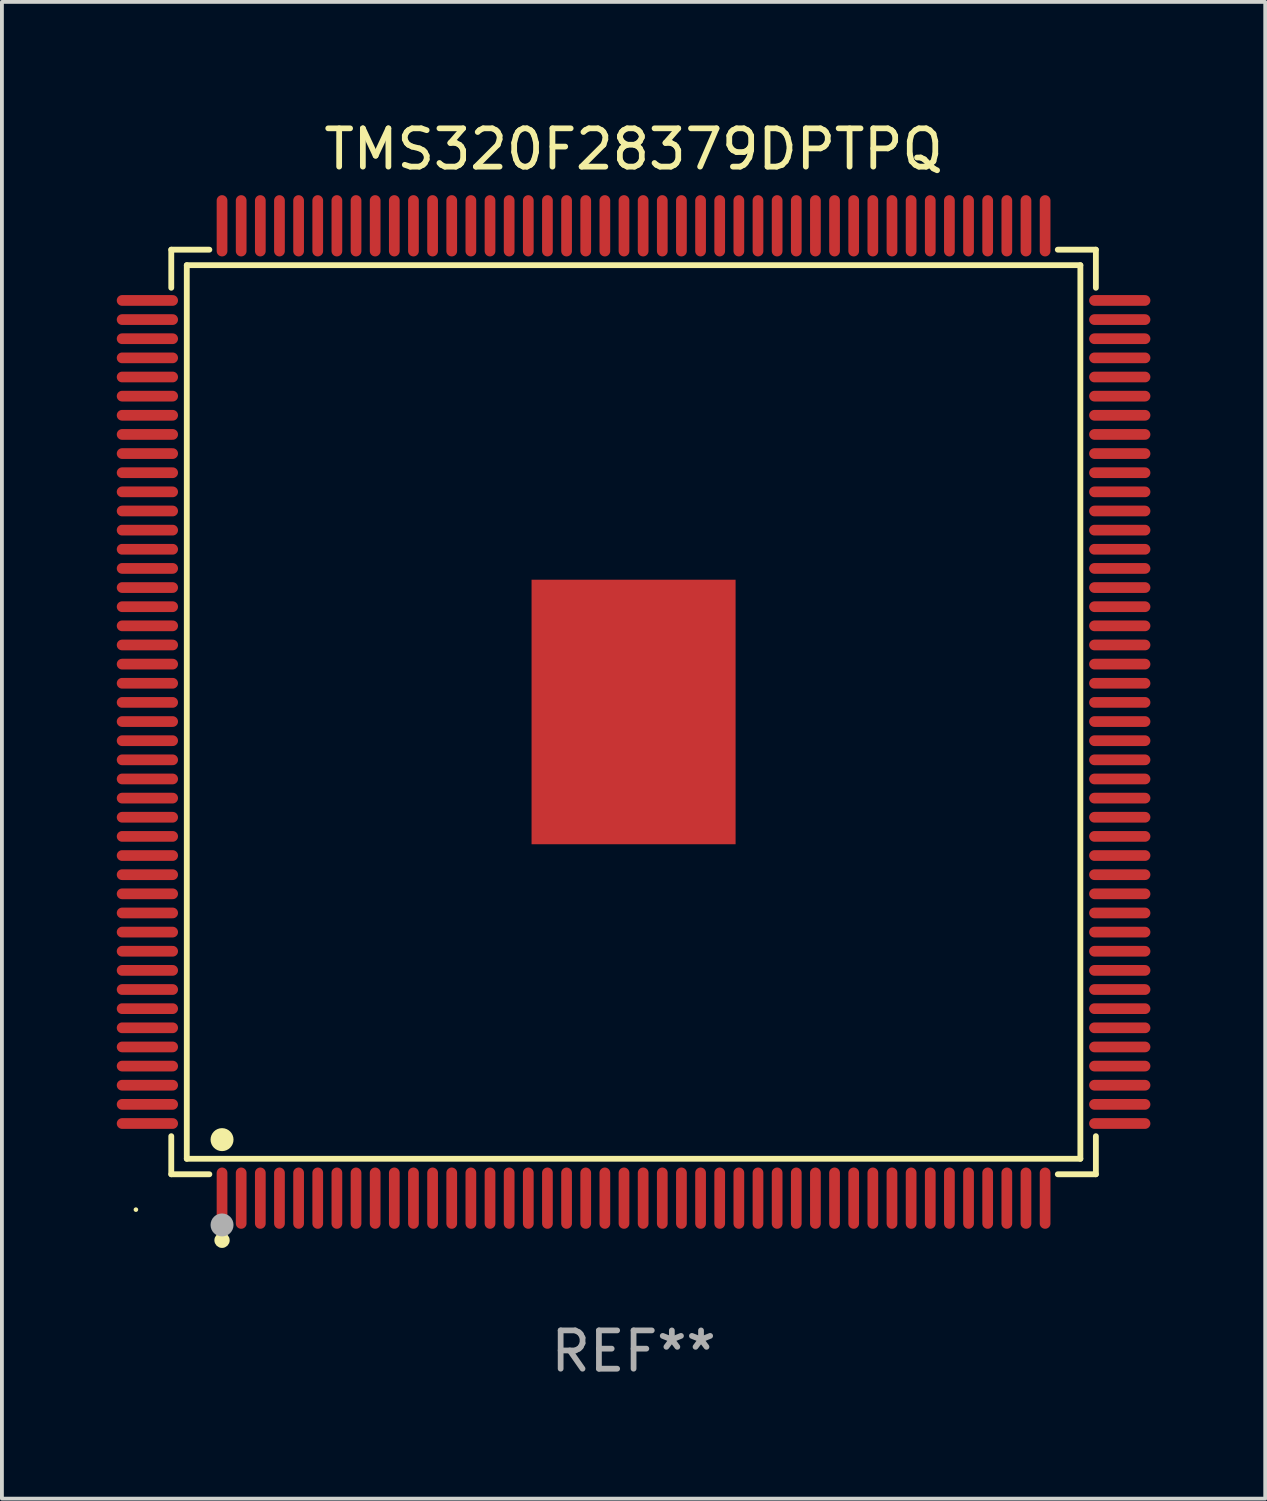
<source format=kicad_pcb>
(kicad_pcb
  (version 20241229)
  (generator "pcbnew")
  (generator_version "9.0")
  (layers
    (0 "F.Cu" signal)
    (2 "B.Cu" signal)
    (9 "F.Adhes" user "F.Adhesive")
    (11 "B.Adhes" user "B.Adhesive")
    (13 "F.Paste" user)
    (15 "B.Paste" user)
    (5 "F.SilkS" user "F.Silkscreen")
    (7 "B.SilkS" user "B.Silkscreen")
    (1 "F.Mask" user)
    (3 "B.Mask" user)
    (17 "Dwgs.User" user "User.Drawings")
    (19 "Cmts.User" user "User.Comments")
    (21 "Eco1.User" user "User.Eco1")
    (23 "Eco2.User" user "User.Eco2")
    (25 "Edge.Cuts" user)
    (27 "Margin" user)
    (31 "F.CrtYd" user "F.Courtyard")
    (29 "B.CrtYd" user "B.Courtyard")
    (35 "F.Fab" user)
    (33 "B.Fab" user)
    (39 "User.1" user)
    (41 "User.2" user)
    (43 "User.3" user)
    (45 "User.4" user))
  (footprint "TMS320F28379DPTPQ"
    (layer "F.Cu")
    (at 13.5 15.548)
    (property "Reference" "TMS320F28379DPTPQ" (at 0 -14.7 0) (layer "F.SilkS") (effects (font (size 1 1) (thickness 0.15))))
    (attr through_hole)
    (fp_line (start -12.076 -12.076) (end -11.081 -12.076) (stroke (width 0.152) (type solid)) (layer "F.SilkS"))
    (fp_line (start -12.076 -11.081) (end -12.076 -12.076) (stroke (width 0.152) (type solid)) (layer "F.SilkS"))
    (fp_line (start -12.076 11.081) (end -12.076 12.076) (stroke (width 0.152) (type solid)) (layer "F.SilkS"))
    (fp_line (start -12.076 12.076) (end -11.081 12.076) (stroke (width 0.152) (type solid)) (layer "F.SilkS"))
    (fp_line (start -11.671 -11.671) (end 11.671 -11.671) (stroke (width 0.152) (type solid)) (layer "F.SilkS"))
    (fp_line (start -11.671 11.671) (end -11.671 -11.671) (stroke (width 0.152) (type solid)) (layer "F.SilkS"))
    (fp_line (start 11.671 -11.671) (end 11.671 11.671) (stroke (width 0.152) (type solid)) (layer "F.SilkS"))
    (fp_line (start 11.671 11.671) (end -11.671 11.671) (stroke (width 0.152) (type solid)) (layer "F.SilkS"))
    (fp_line (start 12.076 -12.076) (end 11.081 -12.076) (stroke (width 0.152) (type solid)) (layer "F.SilkS"))
    (fp_line (start 12.076 -11.081) (end 12.076 -12.076) (stroke (width 0.152) (type solid)) (layer "F.SilkS"))
    (fp_line (start 12.076 11.081) (end 12.076 12.076) (stroke (width 0.152) (type solid)) (layer "F.SilkS"))
    (fp_line (start 12.076 12.076) (end 11.081 12.076) (stroke (width 0.152) (type solid)) (layer "F.SilkS"))
    (fp_circle (center -13 13) (end -12.97 13) (stroke (width 0.06) (type solid)) (fill no) (layer "F.SilkS"))
    (fp_circle (center -10.75 11.171) (end -10.6 11.171) (stroke (width 0.3) (type solid)) (fill no) (layer "F.SilkS"))
    (fp_circle (center -10.75 13.8) (end -10.65 13.8) (stroke (width 0.2) (type solid)) (fill no) (layer "F.SilkS"))
    (fp_circle (center -10.75 13.4) (end -10.6 13.4) (stroke (width 0.3) (type solid)) (fill no) (layer "F.Fab"))
    (fp_text user "REF**" (at 0 16.7 0) (layer "F.Fab") (effects (font (size 1 1) (thickness 0.15))))
    (pad "1" smd oval (at -10.75 12.7) (size 0.28 1.6) (layers "F.Cu" "F.Mask" "F.Paste"))
    (pad "2" smd oval (at -10.25 12.7) (size 0.28 1.6) (layers "F.Cu" "F.Mask" "F.Paste"))
    (pad "3" smd oval (at -9.75 12.7) (size 0.28 1.6) (layers "F.Cu" "F.Mask" "F.Paste"))
    (pad "4" smd oval (at -9.25 12.7) (size 0.28 1.6) (layers "F.Cu" "F.Mask" "F.Paste"))
    (pad "5" smd oval (at -8.75 12.7) (size 0.28 1.6) (layers "F.Cu" "F.Mask" "F.Paste"))
    (pad "6" smd oval (at -8.25 12.7) (size 0.28 1.6) (layers "F.Cu" "F.Mask" "F.Paste"))
    (pad "7" smd oval (at -7.75 12.7) (size 0.28 1.6) (layers "F.Cu" "F.Mask" "F.Paste"))
    (pad "8" smd oval (at -7.25 12.7) (size 0.28 1.6) (layers "F.Cu" "F.Mask" "F.Paste"))
    (pad "9" smd oval (at -6.75 12.7) (size 0.28 1.6) (layers "F.Cu" "F.Mask" "F.Paste"))
    (pad "10" smd oval (at -6.25 12.7) (size 0.28 1.6) (layers "F.Cu" "F.Mask" "F.Paste"))
    (pad "11" smd oval (at -5.75 12.7) (size 0.28 1.6) (layers "F.Cu" "F.Mask" "F.Paste"))
    (pad "12" smd oval (at -5.25 12.7) (size 0.28 1.6) (layers "F.Cu" "F.Mask" "F.Paste"))
    (pad "13" smd oval (at -4.75 12.7) (size 0.28 1.6) (layers "F.Cu" "F.Mask" "F.Paste"))
    (pad "14" smd oval (at -4.25 12.7) (size 0.28 1.6) (layers "F.Cu" "F.Mask" "F.Paste"))
    (pad "15" smd oval (at -3.75 12.7) (size 0.28 1.6) (layers "F.Cu" "F.Mask" "F.Paste"))
    (pad "16" smd oval (at -3.25 12.7) (size 0.28 1.6) (layers "F.Cu" "F.Mask" "F.Paste"))
    (pad "17" smd oval (at -2.75 12.7) (size 0.28 1.6) (layers "F.Cu" "F.Mask" "F.Paste"))
    (pad "18" smd oval (at -2.25 12.7) (size 0.28 1.6) (layers "F.Cu" "F.Mask" "F.Paste"))
    (pad "19" smd oval (at -1.75 12.7) (size 0.28 1.6) (layers "F.Cu" "F.Mask" "F.Paste"))
    (pad "20" smd oval (at -1.25 12.7) (size 0.28 1.6) (layers "F.Cu" "F.Mask" "F.Paste"))
    (pad "21" smd oval (at -0.75 12.7) (size 0.28 1.6) (layers "F.Cu" "F.Mask" "F.Paste"))
    (pad "22" smd oval (at -0.25 12.7) (size 0.28 1.6) (layers "F.Cu" "F.Mask" "F.Paste"))
    (pad "23" smd oval (at 0.25 12.7) (size 0.28 1.6) (layers "F.Cu" "F.Mask" "F.Paste"))
    (pad "24" smd oval (at 0.75 12.7) (size 0.28 1.6) (layers "F.Cu" "F.Mask" "F.Paste"))
    (pad "25" smd oval (at 1.25 12.7) (size 0.28 1.6) (layers "F.Cu" "F.Mask" "F.Paste"))
    (pad "26" smd oval (at 1.75 12.7) (size 0.28 1.6) (layers "F.Cu" "F.Mask" "F.Paste"))
    (pad "27" smd oval (at 2.25 12.7) (size 0.28 1.6) (layers "F.Cu" "F.Mask" "F.Paste"))
    (pad "28" smd oval (at 2.75 12.7) (size 0.28 1.6) (layers "F.Cu" "F.Mask" "F.Paste"))
    (pad "29" smd oval (at 3.25 12.7) (size 0.28 1.6) (layers "F.Cu" "F.Mask" "F.Paste"))
    (pad "30" smd oval (at 3.75 12.7) (size 0.28 1.6) (layers "F.Cu" "F.Mask" "F.Paste"))
    (pad "31" smd oval (at 4.25 12.7) (size 0.28 1.6) (layers "F.Cu" "F.Mask" "F.Paste"))
    (pad "32" smd oval (at 4.75 12.7) (size 0.28 1.6) (layers "F.Cu" "F.Mask" "F.Paste"))
    (pad "33" smd oval (at 5.25 12.7) (size 0.28 1.6) (layers "F.Cu" "F.Mask" "F.Paste"))
    (pad "34" smd oval (at 5.75 12.7) (size 0.28 1.6) (layers "F.Cu" "F.Mask" "F.Paste"))
    (pad "35" smd oval (at 6.25 12.7) (size 0.28 1.6) (layers "F.Cu" "F.Mask" "F.Paste"))
    (pad "36" smd oval (at 6.75 12.7) (size 0.28 1.6) (layers "F.Cu" "F.Mask" "F.Paste"))
    (pad "37" smd oval (at 7.25 12.7) (size 0.28 1.6) (layers "F.Cu" "F.Mask" "F.Paste"))
    (pad "38" smd oval (at 7.75 12.7) (size 0.28 1.6) (layers "F.Cu" "F.Mask" "F.Paste"))
    (pad "39" smd oval (at 8.25 12.7) (size 0.28 1.6) (layers "F.Cu" "F.Mask" "F.Paste"))
    (pad "40" smd oval (at 8.75 12.7) (size 0.28 1.6) (layers "F.Cu" "F.Mask" "F.Paste"))
    (pad "41" smd oval (at 9.25 12.7) (size 0.28 1.6) (layers "F.Cu" "F.Mask" "F.Paste"))
    (pad "42" smd oval (at 9.75 12.7) (size 0.28 1.6) (layers "F.Cu" "F.Mask" "F.Paste"))
    (pad "43" smd oval (at 10.25 12.7) (size 0.28 1.6) (layers "F.Cu" "F.Mask" "F.Paste"))
    (pad "44" smd oval (at 10.75 12.7) (size 0.28 1.6) (layers "F.Cu" "F.Mask" "F.Paste"))
    (pad "45" smd oval (at 12.7 10.75) (size 1.6 0.28) (layers "F.Cu" "F.Mask" "F.Paste"))
    (pad "46" smd oval (at 12.7 10.25) (size 1.6 0.28) (layers "F.Cu" "F.Mask" "F.Paste"))
    (pad "47" smd oval (at 12.7 9.75) (size 1.6 0.28) (layers "F.Cu" "F.Mask" "F.Paste"))
    (pad "48" smd oval (at 12.7 9.25) (size 1.6 0.28) (layers "F.Cu" "F.Mask" "F.Paste"))
    (pad "49" smd oval (at 12.7 8.75) (size 1.6 0.28) (layers "F.Cu" "F.Mask" "F.Paste"))
    (pad "50" smd oval (at 12.7 8.25) (size 1.6 0.28) (layers "F.Cu" "F.Mask" "F.Paste"))
    (pad "51" smd oval (at 12.7 7.75) (size 1.6 0.28) (layers "F.Cu" "F.Mask" "F.Paste"))
    (pad "52" smd oval (at 12.7 7.25) (size 1.6 0.28) (layers "F.Cu" "F.Mask" "F.Paste"))
    (pad "53" smd oval (at 12.7 6.75) (size 1.6 0.28) (layers "F.Cu" "F.Mask" "F.Paste"))
    (pad "54" smd oval (at 12.7 6.25) (size 1.6 0.28) (layers "F.Cu" "F.Mask" "F.Paste"))
    (pad "55" smd oval (at 12.7 5.75) (size 1.6 0.28) (layers "F.Cu" "F.Mask" "F.Paste"))
    (pad "56" smd oval (at 12.7 5.25) (size 1.6 0.28) (layers "F.Cu" "F.Mask" "F.Paste"))
    (pad "57" smd oval (at 12.7 4.75) (size 1.6 0.28) (layers "F.Cu" "F.Mask" "F.Paste"))
    (pad "58" smd oval (at 12.7 4.25) (size 1.6 0.28) (layers "F.Cu" "F.Mask" "F.Paste"))
    (pad "59" smd oval (at 12.7 3.75) (size 1.6 0.28) (layers "F.Cu" "F.Mask" "F.Paste"))
    (pad "60" smd oval (at 12.7 3.25) (size 1.6 0.28) (layers "F.Cu" "F.Mask" "F.Paste"))
    (pad "61" smd oval (at 12.7 2.75) (size 1.6 0.28) (layers "F.Cu" "F.Mask" "F.Paste"))
    (pad "62" smd oval (at 12.7 2.25) (size 1.6 0.28) (layers "F.Cu" "F.Mask" "F.Paste"))
    (pad "63" smd oval (at 12.7 1.75) (size 1.6 0.28) (layers "F.Cu" "F.Mask" "F.Paste"))
    (pad "64" smd oval (at 12.7 1.25) (size 1.6 0.28) (layers "F.Cu" "F.Mask" "F.Paste"))
    (pad "65" smd oval (at 12.7 0.75) (size 1.6 0.28) (layers "F.Cu" "F.Mask" "F.Paste"))
    (pad "66" smd oval (at 12.7 0.25) (size 1.6 0.28) (layers "F.Cu" "F.Mask" "F.Paste"))
    (pad "67" smd oval (at 12.7 -0.25) (size 1.6 0.28) (layers "F.Cu" "F.Mask" "F.Paste"))
    (pad "68" smd oval (at 12.7 -0.75) (size 1.6 0.28) (layers "F.Cu" "F.Mask" "F.Paste"))
    (pad "69" smd oval (at 12.7 -1.25) (size 1.6 0.28) (layers "F.Cu" "F.Mask" "F.Paste"))
    (pad "70" smd oval (at 12.7 -1.75) (size 1.6 0.28) (layers "F.Cu" "F.Mask" "F.Paste"))
    (pad "71" smd oval (at 12.7 -2.25) (size 1.6 0.28) (layers "F.Cu" "F.Mask" "F.Paste"))
    (pad "72" smd oval (at 12.7 -2.75) (size 1.6 0.28) (layers "F.Cu" "F.Mask" "F.Paste"))
    (pad "73" smd oval (at 12.7 -3.25) (size 1.6 0.28) (layers "F.Cu" "F.Mask" "F.Paste"))
    (pad "74" smd oval (at 12.7 -3.75) (size 1.6 0.28) (layers "F.Cu" "F.Mask" "F.Paste"))
    (pad "75" smd oval (at 12.7 -4.25) (size 1.6 0.28) (layers "F.Cu" "F.Mask" "F.Paste"))
    (pad "76" smd oval (at 12.7 -4.75) (size 1.6 0.28) (layers "F.Cu" "F.Mask" "F.Paste"))
    (pad "77" smd oval (at 12.7 -5.25) (size 1.6 0.28) (layers "F.Cu" "F.Mask" "F.Paste"))
    (pad "78" smd oval (at 12.7 -5.75) (size 1.6 0.28) (layers "F.Cu" "F.Mask" "F.Paste"))
    (pad "79" smd oval (at 12.7 -6.25) (size 1.6 0.28) (layers "F.Cu" "F.Mask" "F.Paste"))
    (pad "80" smd oval (at 12.7 -6.75) (size 1.6 0.28) (layers "F.Cu" "F.Mask" "F.Paste"))
    (pad "81" smd oval (at 12.7 -7.25) (size 1.6 0.28) (layers "F.Cu" "F.Mask" "F.Paste"))
    (pad "82" smd oval (at 12.7 -7.75) (size 1.6 0.28) (layers "F.Cu" "F.Mask" "F.Paste"))
    (pad "83" smd oval (at 12.7 -8.25) (size 1.6 0.28) (layers "F.Cu" "F.Mask" "F.Paste"))
    (pad "84" smd oval (at 12.7 -8.75) (size 1.6 0.28) (layers "F.Cu" "F.Mask" "F.Paste"))
    (pad "85" smd oval (at 12.7 -9.25) (size 1.6 0.28) (layers "F.Cu" "F.Mask" "F.Paste"))
    (pad "86" smd oval (at 12.7 -9.75) (size 1.6 0.28) (layers "F.Cu" "F.Mask" "F.Paste"))
    (pad "87" smd oval (at 12.7 -10.25) (size 1.6 0.28) (layers "F.Cu" "F.Mask" "F.Paste"))
    (pad "88" smd oval (at 12.7 -10.75) (size 1.6 0.28) (layers "F.Cu" "F.Mask" "F.Paste"))
    (pad "89" smd oval (at 10.75 -12.7) (size 0.28 1.6) (layers "F.Cu" "F.Mask" "F.Paste"))
    (pad "90" smd oval (at 10.25 -12.7) (size 0.28 1.6) (layers "F.Cu" "F.Mask" "F.Paste"))
    (pad "91" smd oval (at 9.75 -12.7) (size 0.28 1.6) (layers "F.Cu" "F.Mask" "F.Paste"))
    (pad "92" smd oval (at 9.25 -12.7) (size 0.28 1.6) (layers "F.Cu" "F.Mask" "F.Paste"))
    (pad "93" smd oval (at 8.75 -12.7) (size 0.28 1.6) (layers "F.Cu" "F.Mask" "F.Paste"))
    (pad "94" smd oval (at 8.25 -12.7) (size 0.28 1.6) (layers "F.Cu" "F.Mask" "F.Paste"))
    (pad "95" smd oval (at 7.75 -12.7) (size 0.28 1.6) (layers "F.Cu" "F.Mask" "F.Paste"))
    (pad "96" smd oval (at 7.25 -12.7) (size 0.28 1.6) (layers "F.Cu" "F.Mask" "F.Paste"))
    (pad "97" smd oval (at 6.75 -12.7) (size 0.28 1.6) (layers "F.Cu" "F.Mask" "F.Paste"))
    (pad "98" smd oval (at 6.25 -12.7) (size 0.28 1.6) (layers "F.Cu" "F.Mask" "F.Paste"))
    (pad "99" smd oval (at 5.75 -12.7) (size 0.28 1.6) (layers "F.Cu" "F.Mask" "F.Paste"))
    (pad "100" smd oval (at 5.25 -12.7) (size 0.28 1.6) (layers "F.Cu" "F.Mask" "F.Paste"))
    (pad "101" smd oval (at 4.75 -12.7) (size 0.28 1.6) (layers "F.Cu" "F.Mask" "F.Paste"))
    (pad "102" smd oval (at 4.25 -12.7) (size 0.28 1.6) (layers "F.Cu" "F.Mask" "F.Paste"))
    (pad "103" smd oval (at 3.75 -12.7) (size 0.28 1.6) (layers "F.Cu" "F.Mask" "F.Paste"))
    (pad "104" smd oval (at 3.25 -12.7) (size 0.28 1.6) (layers "F.Cu" "F.Mask" "F.Paste"))
    (pad "105" smd oval (at 2.75 -12.7) (size 0.28 1.6) (layers "F.Cu" "F.Mask" "F.Paste"))
    (pad "106" smd oval (at 2.25 -12.7) (size 0.28 1.6) (layers "F.Cu" "F.Mask" "F.Paste"))
    (pad "107" smd oval (at 1.75 -12.7) (size 0.28 1.6) (layers "F.Cu" "F.Mask" "F.Paste"))
    (pad "108" smd oval (at 1.25 -12.7) (size 0.28 1.6) (layers "F.Cu" "F.Mask" "F.Paste"))
    (pad "109" smd oval (at 0.75 -12.7) (size 0.28 1.6) (layers "F.Cu" "F.Mask" "F.Paste"))
    (pad "110" smd oval (at 0.25 -12.7) (size 0.28 1.6) (layers "F.Cu" "F.Mask" "F.Paste"))
    (pad "111" smd oval (at -0.25 -12.7) (size 0.28 1.6) (layers "F.Cu" "F.Mask" "F.Paste"))
    (pad "112" smd oval (at -0.75 -12.7) (size 0.28 1.6) (layers "F.Cu" "F.Mask" "F.Paste"))
    (pad "113" smd oval (at -1.25 -12.7) (size 0.28 1.6) (layers "F.Cu" "F.Mask" "F.Paste"))
    (pad "114" smd oval (at -1.75 -12.7) (size 0.28 1.6) (layers "F.Cu" "F.Mask" "F.Paste"))
    (pad "115" smd oval (at -2.25 -12.7) (size 0.28 1.6) (layers "F.Cu" "F.Mask" "F.Paste"))
    (pad "116" smd oval (at -2.75 -12.7) (size 0.28 1.6) (layers "F.Cu" "F.Mask" "F.Paste"))
    (pad "117" smd oval (at -3.25 -12.7) (size 0.28 1.6) (layers "F.Cu" "F.Mask" "F.Paste"))
    (pad "118" smd oval (at -3.75 -12.7) (size 0.28 1.6) (layers "F.Cu" "F.Mask" "F.Paste"))
    (pad "119" smd oval (at -4.25 -12.7) (size 0.28 1.6) (layers "F.Cu" "F.Mask" "F.Paste"))
    (pad "120" smd oval (at -4.75 -12.7) (size 0.28 1.6) (layers "F.Cu" "F.Mask" "F.Paste"))
    (pad "121" smd oval (at -5.25 -12.7) (size 0.28 1.6) (layers "F.Cu" "F.Mask" "F.Paste"))
    (pad "122" smd oval (at -5.75 -12.7) (size 0.28 1.6) (layers "F.Cu" "F.Mask" "F.Paste"))
    (pad "123" smd oval (at -6.25 -12.7) (size 0.28 1.6) (layers "F.Cu" "F.Mask" "F.Paste"))
    (pad "124" smd oval (at -6.75 -12.7) (size 0.28 1.6) (layers "F.Cu" "F.Mask" "F.Paste"))
    (pad "125" smd oval (at -7.25 -12.7) (size 0.28 1.6) (layers "F.Cu" "F.Mask" "F.Paste"))
    (pad "126" smd oval (at -7.75 -12.7) (size 0.28 1.6) (layers "F.Cu" "F.Mask" "F.Paste"))
    (pad "127" smd oval (at -8.25 -12.7) (size 0.28 1.6) (layers "F.Cu" "F.Mask" "F.Paste"))
    (pad "128" smd oval (at -8.75 -12.7) (size 0.28 1.6) (layers "F.Cu" "F.Mask" "F.Paste"))
    (pad "129" smd oval (at -9.25 -12.7) (size 0.28 1.6) (layers "F.Cu" "F.Mask" "F.Paste"))
    (pad "130" smd oval (at -9.75 -12.7) (size 0.28 1.6) (layers "F.Cu" "F.Mask" "F.Paste"))
    (pad "131" smd oval (at -10.25 -12.7) (size 0.28 1.6) (layers "F.Cu" "F.Mask" "F.Paste"))
    (pad "132" smd oval (at -10.75 -12.7) (size 0.28 1.6) (layers "F.Cu" "F.Mask" "F.Paste"))
    (pad "133" smd oval (at -12.7 -10.75) (size 1.6 0.28) (layers "F.Cu" "F.Mask" "F.Paste"))
    (pad "134" smd oval (at -12.7 -10.25) (size 1.6 0.28) (layers "F.Cu" "F.Mask" "F.Paste"))
    (pad "135" smd oval (at -12.7 -9.75) (size 1.6 0.28) (layers "F.Cu" "F.Mask" "F.Paste"))
    (pad "136" smd oval (at -12.7 -9.25) (size 1.6 0.28) (layers "F.Cu" "F.Mask" "F.Paste"))
    (pad "137" smd oval (at -12.7 -8.75) (size 1.6 0.28) (layers "F.Cu" "F.Mask" "F.Paste"))
    (pad "138" smd oval (at -12.7 -8.25) (size 1.6 0.28) (layers "F.Cu" "F.Mask" "F.Paste"))
    (pad "139" smd oval (at -12.7 -7.75) (size 1.6 0.28) (layers "F.Cu" "F.Mask" "F.Paste"))
    (pad "140" smd oval (at -12.7 -7.25) (size 1.6 0.28) (layers "F.Cu" "F.Mask" "F.Paste"))
    (pad "141" smd oval (at -12.7 -6.75) (size 1.6 0.28) (layers "F.Cu" "F.Mask" "F.Paste"))
    (pad "142" smd oval (at -12.7 -6.25) (size 1.6 0.28) (layers "F.Cu" "F.Mask" "F.Paste"))
    (pad "143" smd oval (at -12.7 -5.75) (size 1.6 0.28) (layers "F.Cu" "F.Mask" "F.Paste"))
    (pad "144" smd oval (at -12.7 -5.25) (size 1.6 0.28) (layers "F.Cu" "F.Mask" "F.Paste"))
    (pad "145" smd oval (at -12.7 -4.75) (size 1.6 0.28) (layers "F.Cu" "F.Mask" "F.Paste"))
    (pad "146" smd oval (at -12.7 -4.25) (size 1.6 0.28) (layers "F.Cu" "F.Mask" "F.Paste"))
    (pad "147" smd oval (at -12.7 -3.75) (size 1.6 0.28) (layers "F.Cu" "F.Mask" "F.Paste"))
    (pad "148" smd oval (at -12.7 -3.25) (size 1.6 0.28) (layers "F.Cu" "F.Mask" "F.Paste"))
    (pad "149" smd oval (at -12.7 -2.75) (size 1.6 0.28) (layers "F.Cu" "F.Mask" "F.Paste"))
    (pad "150" smd oval (at -12.7 -2.25) (size 1.6 0.28) (layers "F.Cu" "F.Mask" "F.Paste"))
    (pad "151" smd oval (at -12.7 -1.75) (size 1.6 0.28) (layers "F.Cu" "F.Mask" "F.Paste"))
    (pad "152" smd oval (at -12.7 -1.25) (size 1.6 0.28) (layers "F.Cu" "F.Mask" "F.Paste"))
    (pad "153" smd oval (at -12.7 -0.75) (size 1.6 0.28) (layers "F.Cu" "F.Mask" "F.Paste"))
    (pad "154" smd oval (at -12.7 -0.25) (size 1.6 0.28) (layers "F.Cu" "F.Mask" "F.Paste"))
    (pad "155" smd oval (at -12.7 0.25) (size 1.6 0.28) (layers "F.Cu" "F.Mask" "F.Paste"))
    (pad "156" smd oval (at -12.7 0.75) (size 1.6 0.28) (layers "F.Cu" "F.Mask" "F.Paste"))
    (pad "157" smd oval (at -12.7 1.25) (size 1.6 0.28) (layers "F.Cu" "F.Mask" "F.Paste"))
    (pad "158" smd oval (at -12.7 1.75) (size 1.6 0.28) (layers "F.Cu" "F.Mask" "F.Paste"))
    (pad "159" smd oval (at -12.7 2.25) (size 1.6 0.28) (layers "F.Cu" "F.Mask" "F.Paste"))
    (pad "160" smd oval (at -12.7 2.75) (size 1.6 0.28) (layers "F.Cu" "F.Mask" "F.Paste"))
    (pad "161" smd oval (at -12.7 3.25) (size 1.6 0.28) (layers "F.Cu" "F.Mask" "F.Paste"))
    (pad "162" smd oval (at -12.7 3.75) (size 1.6 0.28) (layers "F.Cu" "F.Mask" "F.Paste"))
    (pad "163" smd oval (at -12.7 4.25) (size 1.6 0.28) (layers "F.Cu" "F.Mask" "F.Paste"))
    (pad "164" smd oval (at -12.7 4.75) (size 1.6 0.28) (layers "F.Cu" "F.Mask" "F.Paste"))
    (pad "165" smd oval (at -12.7 5.25) (size 1.6 0.28) (layers "F.Cu" "F.Mask" "F.Paste"))
    (pad "166" smd oval (at -12.7 5.75) (size 1.6 0.28) (layers "F.Cu" "F.Mask" "F.Paste"))
    (pad "167" smd oval (at -12.7 6.25) (size 1.6 0.28) (layers "F.Cu" "F.Mask" "F.Paste"))
    (pad "168" smd oval (at -12.7 6.75) (size 1.6 0.28) (layers "F.Cu" "F.Mask" "F.Paste"))
    (pad "169" smd oval (at -12.7 7.25) (size 1.6 0.28) (layers "F.Cu" "F.Mask" "F.Paste"))
    (pad "170" smd oval (at -12.7 7.75) (size 1.6 0.28) (layers "F.Cu" "F.Mask" "F.Paste"))
    (pad "171" smd oval (at -12.7 8.25) (size 1.6 0.28) (layers "F.Cu" "F.Mask" "F.Paste"))
    (pad "172" smd oval (at -12.7 8.75) (size 1.6 0.28) (layers "F.Cu" "F.Mask" "F.Paste"))
    (pad "173" smd oval (at -12.7 9.25) (size 1.6 0.28) (layers "F.Cu" "F.Mask" "F.Paste"))
    (pad "174" smd oval (at -12.7 9.75) (size 1.6 0.28) (layers "F.Cu" "F.Mask" "F.Paste"))
    (pad "175" smd oval (at -12.7 10.25) (size 1.6 0.28) (layers "F.Cu" "F.Mask" "F.Paste"))
    (pad "176" smd oval (at -12.7 10.75) (size 1.6 0.28) (layers "F.Cu" "F.Mask" "F.Paste"))
    (pad "177" smd rect (at 0 0) (size 5.33 6.91) (layers "F.Cu" "F.Mask" "F.Paste")))
  (gr_rect
    (start -3 -3)
    (end 30 36.097)
    (stroke (width 0.1) (type default))
    (fill no)
    (layer "Edge.Cuts")))
</source>
